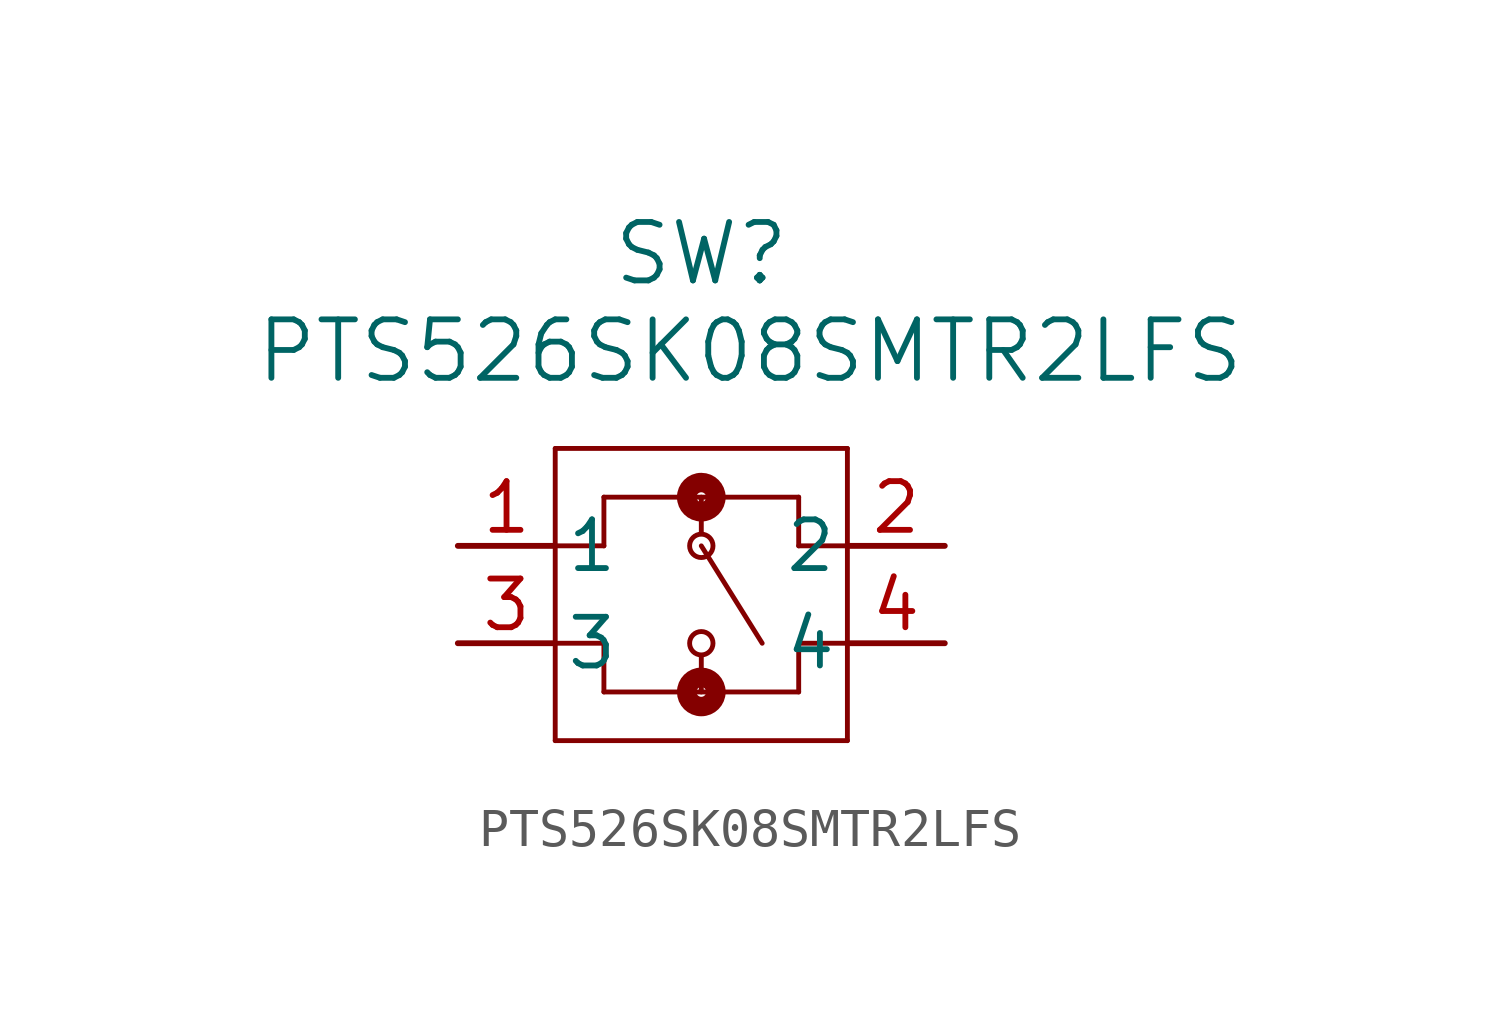
<source format=kicad_sym>
(kicad_symbol_lib
  (version 20220914)
  (generator kicad_symbol_editor)
  (symbol "PTS526SK08SMTR2LFS"
    (pin_names
      (offset 0.254))
    (property "Reference" "SW"
      (at 11.43 7.62 0)
      (effects (font (size 1.524 1.524))))
    (property "Value" "PTS526SK08SMTR2LFS"
      (at 12.7 5.08 0)
      (effects (font (size 1.524 1.524))))
    (property "ki_locked" ""
      (at 0 0 0)
      (effects (font (size 1.27 1.27))))
    (symbol "PTS526SK08SMTR2LFS_0_1"
      (polyline (pts (xy 7.62 -5.08) (xy 15.24 -5.08)) (stroke (width 0.127) (type default)) (fill (type none)))
      (polyline (pts (xy 7.62 0) (xy 8.89 0)) (stroke (width 0.127) (type default)) (fill (type none)))
      (polyline (pts (xy 7.62 2.54) (xy 7.62 -5.08)) (stroke (width 0.127) (type default)) (fill (type none)))
      (polyline (pts (xy 8.89 -3.81) (xy 8.89 -2.54)) (stroke (width 0.127) (type default)) (fill (type none)))
      (polyline (pts (xy 8.89 -2.54) (xy 7.62 -2.54)) (stroke (width 0.127) (type default)) (fill (type none)))
      (polyline (pts (xy 8.89 0) (xy 8.89 1.27)) (stroke (width 0.127) (type default)) (fill (type none)))
      (polyline (pts (xy 8.89 1.27) (xy 13.97 1.27)) (stroke (width 0.127) (type default)) (fill (type none)))
      (polyline (pts (xy 11.43 -2.857) (xy 11.43 -3.81)) (stroke (width 0.127) (type default)) (fill (type none)))
      (polyline (pts (xy 11.43 0) (xy 13.018 -2.54)) (stroke (width 0.127) (type default)) (fill (type none)))
      (polyline (pts (xy 11.43 1.27) (xy 11.43 0.318)) (stroke (width 0.127) (type default)) (fill (type none)))
      (polyline (pts (xy 13.97 -3.81) (xy 8.89 -3.81)) (stroke (width 0.127) (type default)) (fill (type none)))
      (polyline (pts (xy 13.97 -2.54) (xy 13.97 -3.81)) (stroke (width 0.127) (type default)) (fill (type none)))
      (polyline (pts (xy 13.97 0) (xy 15.24 0)) (stroke (width 0.127) (type default)) (fill (type none)))
      (polyline (pts (xy 13.97 1.27) (xy 13.97 0)) (stroke (width 0.127) (type default)) (fill (type none)))
      (polyline (pts (xy 15.24 -5.08) (xy 15.24 2.54)) (stroke (width 0.127) (type default)) (fill (type none)))
      (polyline (pts (xy 15.24 -2.54) (xy 13.97 -2.54)) (stroke (width 0.127) (type default)) (fill (type none)))
      (polyline (pts (xy 15.24 2.54) (xy 7.62 2.54)) (stroke (width 0.127) (type default)) (fill (type none)))
      (circle (center 11.43 -3.81) (radius 0.127) (stroke (width 0.508) (type default)) (fill (type none)))
      (circle (center 11.43 -2.54) (radius 0.305) (stroke (width 0.127) (type default)) (fill (type none)))
      (circle (center 11.43 0) (radius 0.305) (stroke (width 0.127) (type default)) (fill (type none)))
      (circle (center 11.43 1.27) (radius 0.127) (stroke (width 0.508) (type default)) (fill (type none))))
    (symbol "PTS526SK08SMTR2LFS_1_1"
      (pin unspecified line (at 5.08 0 0) (length 2.54) (name "1" (effects (font (size 1.27 1.27)))) (number "1" (effects (font (size 1.27 1.27)))))
      (pin unspecified line (at 17.78 0 180) (length 2.54) (name "2" (effects (font (size 1.27 1.27)))) (number "2" (effects (font (size 1.27 1.27)))))
      (pin unspecified line (at 5.08 -2.54 0) (length 2.54) (name "3" (effects (font (size 1.27 1.27)))) (number "3" (effects (font (size 1.27 1.27)))))
      (pin unspecified line (at 17.78 -2.54 180) (length 2.54) (name "4" (effects (font (size 1.27 1.27)))) (number "4" (effects (font (size 1.27 1.27))))))))
</source>
